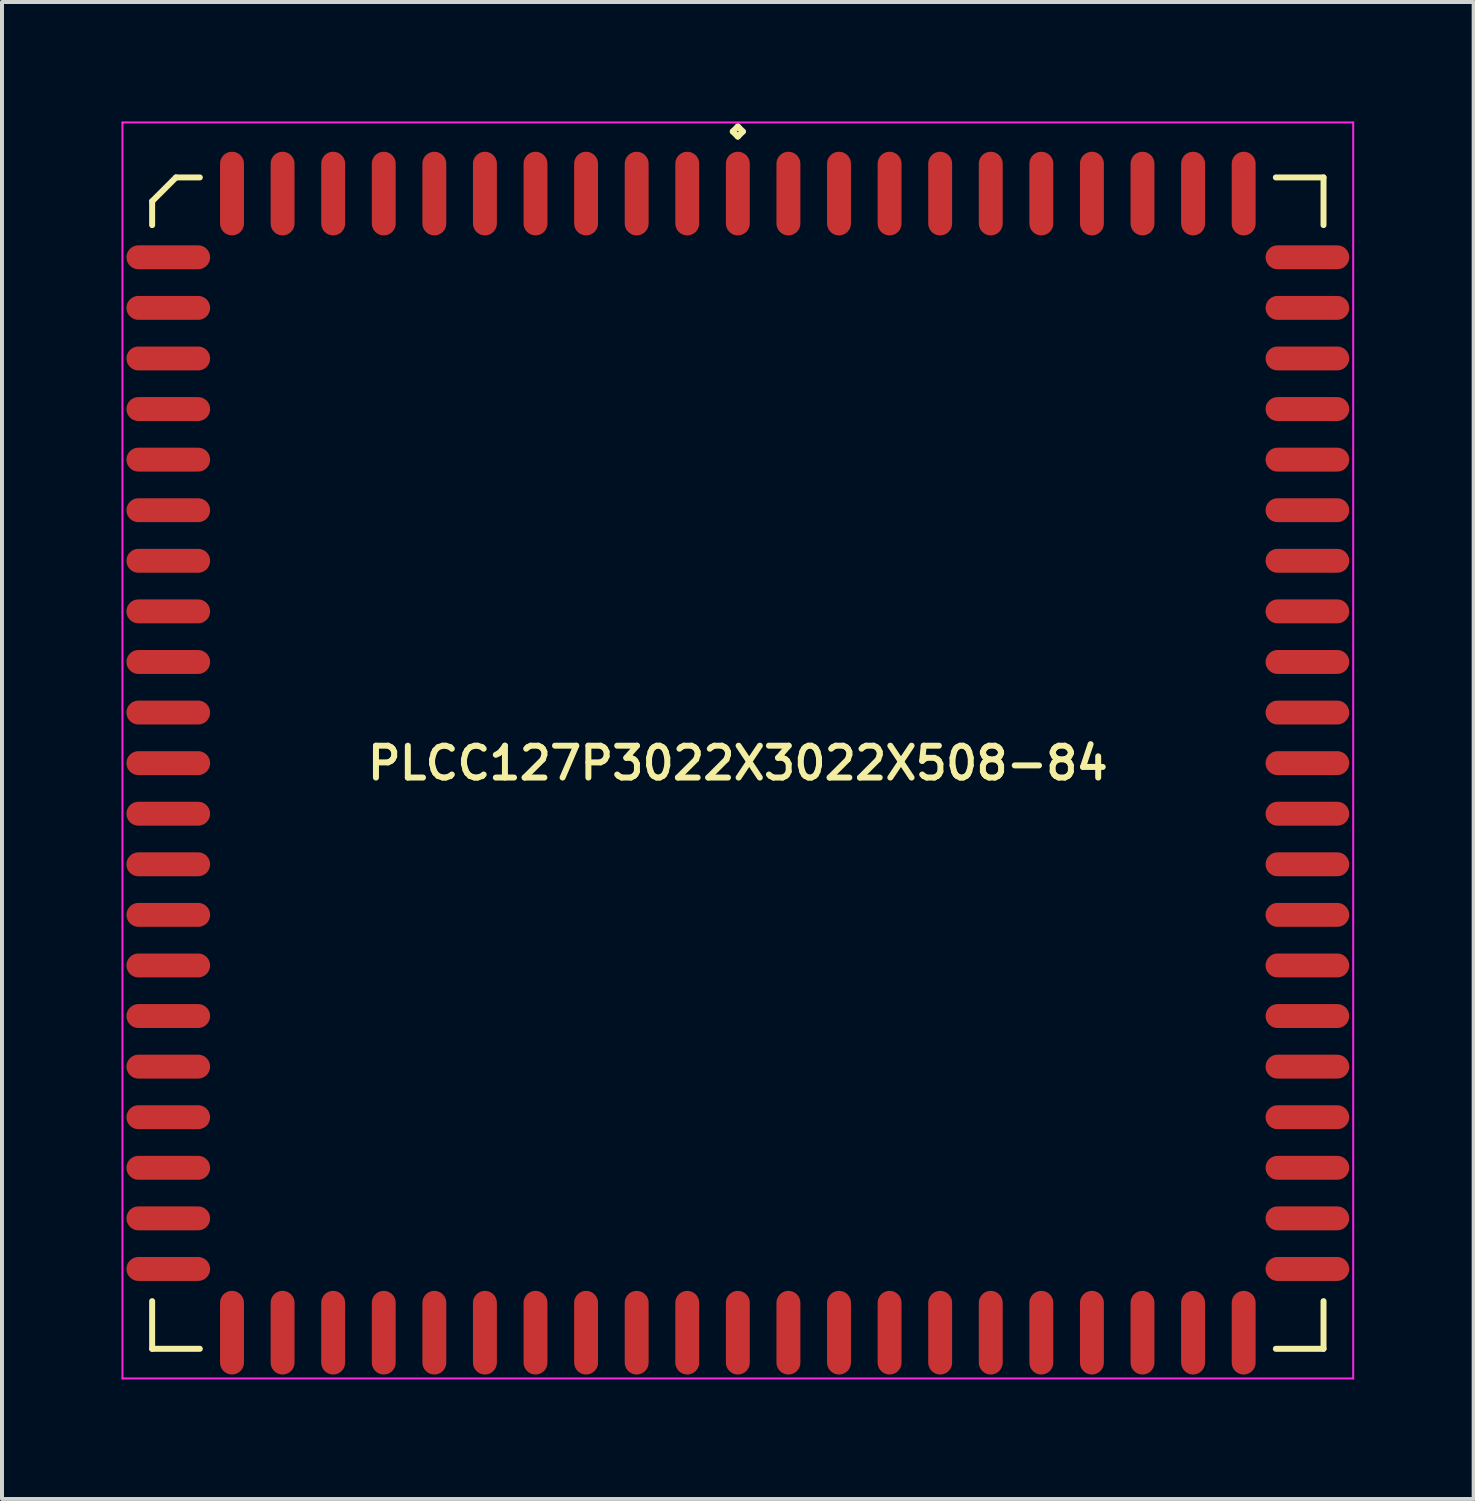
<source format=kicad_pcb>
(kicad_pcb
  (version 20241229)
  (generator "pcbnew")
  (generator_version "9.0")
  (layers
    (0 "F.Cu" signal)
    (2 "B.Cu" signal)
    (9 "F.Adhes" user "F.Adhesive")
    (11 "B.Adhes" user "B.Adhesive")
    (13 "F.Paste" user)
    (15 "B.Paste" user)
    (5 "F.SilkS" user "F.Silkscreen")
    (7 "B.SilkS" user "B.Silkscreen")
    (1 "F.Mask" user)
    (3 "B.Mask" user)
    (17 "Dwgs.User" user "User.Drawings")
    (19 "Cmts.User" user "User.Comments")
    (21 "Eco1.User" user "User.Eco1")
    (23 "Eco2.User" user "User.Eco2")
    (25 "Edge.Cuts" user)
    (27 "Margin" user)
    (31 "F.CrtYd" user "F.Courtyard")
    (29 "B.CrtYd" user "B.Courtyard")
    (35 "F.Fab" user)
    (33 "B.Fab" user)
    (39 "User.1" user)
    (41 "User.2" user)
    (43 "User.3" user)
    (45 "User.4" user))
  (footprint "PLCC127P3022X3022X508-84"
    (layer "F.Cu")
    (at 15.475 16.11)
    (property "Reference" "PLCC127P3022X3022X508-84" (at 0 0 0) (layer "F.SilkS") (effects (font (size 0.8 0.8) (thickness 0.15))))
    (attr smd)
    (fp_line (start -14.705 -14.107) (end -14.107 -14.705) (stroke (width 0.15) (type solid)) (layer "F.SilkS"))
    (fp_line (start -14.705 -13.508) (end -14.705 -14.107) (stroke (width 0.15) (type solid)) (layer "F.SilkS"))
    (fp_line (start -14.705 13.508) (end -14.705 14.705) (stroke (width 0.15) (type solid)) (layer "F.SilkS"))
    (fp_line (start -14.705 14.705) (end -13.508 14.705) (stroke (width 0.15) (type solid)) (layer "F.SilkS"))
    (fp_line (start -14.107 -14.705) (end -13.508 -14.705) (stroke (width 0.15) (type solid)) (layer "F.SilkS"))
    (fp_line (start -0.127 -15.858) (end 0 -15.985) (stroke (width 0.15) (type solid)) (layer "F.SilkS"))
    (fp_line (start 0 -15.985) (end 0.127 -15.858) (stroke (width 0.15) (type solid)) (layer "F.SilkS"))
    (fp_line (start 0 -15.731) (end -0.127 -15.858) (stroke (width 0.15) (type solid)) (layer "F.SilkS"))
    (fp_line (start 0.127 -15.858) (end 0 -15.731) (stroke (width 0.15) (type solid)) (layer "F.SilkS"))
    (fp_line (start 14.705 -14.705) (end 13.508 -14.705) (stroke (width 0.15) (type solid)) (layer "F.SilkS"))
    (fp_line (start 14.705 -13.508) (end 14.705 -14.705) (stroke (width 0.15) (type solid)) (layer "F.SilkS"))
    (fp_line (start 14.705 13.508) (end 14.705 14.705) (stroke (width 0.15) (type solid)) (layer "F.SilkS"))
    (fp_line (start 14.705 14.705) (end 13.508 14.705) (stroke (width 0.15) (type solid)) (layer "F.SilkS"))
    (fp_line (start -15.45 -16.085) (end 15.45 -16.085) (stroke (width 0.05) (type solid)) (layer "F.CrtYd"))
    (fp_line (start -15.45 15.45) (end -15.45 -16.085) (stroke (width 0.05) (type solid)) (layer "F.CrtYd"))
    (fp_line (start 15.45 -16.085) (end 15.45 15.45) (stroke (width 0.05) (type solid)) (layer "F.CrtYd"))
    (fp_line (start 15.45 15.45) (end -15.45 15.45) (stroke (width 0.05) (type solid)) (layer "F.CrtYd"))
    (pad "1" smd oval (at 0 -14.3) (size 0.6 2.1) (layers "F.Cu" "F.Mask" "F.Paste"))
    (pad "2" smd oval (at -1.27 -14.3) (size 0.6 2.1) (layers "F.Cu" "F.Mask" "F.Paste"))
    (pad "3" smd oval (at -2.54 -14.3) (size 0.6 2.1) (layers "F.Cu" "F.Mask" "F.Paste"))
    (pad "4" smd oval (at -3.81 -14.3) (size 0.6 2.1) (layers "F.Cu" "F.Mask" "F.Paste"))
    (pad "5" smd oval (at -5.08 -14.3) (size 0.6 2.1) (layers "F.Cu" "F.Mask" "F.Paste"))
    (pad "6" smd oval (at -6.35 -14.3) (size 0.6 2.1) (layers "F.Cu" "F.Mask" "F.Paste"))
    (pad "7" smd oval (at -7.62 -14.3) (size 0.6 2.1) (layers "F.Cu" "F.Mask" "F.Paste"))
    (pad "8" smd oval (at -8.89 -14.3) (size 0.6 2.1) (layers "F.Cu" "F.Mask" "F.Paste"))
    (pad "9" smd oval (at -10.16 -14.3) (size 0.6 2.1) (layers "F.Cu" "F.Mask" "F.Paste"))
    (pad "10" smd oval (at -11.43 -14.3) (size 0.6 2.1) (layers "F.Cu" "F.Mask" "F.Paste"))
    (pad "11" smd oval (at -12.7 -14.3) (size 0.6 2.1) (layers "F.Cu" "F.Mask" "F.Paste"))
    (pad "12" smd oval (at -14.3 -12.7) (size 2.1 0.6) (layers "F.Cu" "F.Mask" "F.Paste"))
    (pad "13" smd oval (at -14.3 -11.43) (size 2.1 0.6) (layers "F.Cu" "F.Mask" "F.Paste"))
    (pad "14" smd oval (at -14.3 -10.16) (size 2.1 0.6) (layers "F.Cu" "F.Mask" "F.Paste"))
    (pad "15" smd oval (at -14.3 -8.89) (size 2.1 0.6) (layers "F.Cu" "F.Mask" "F.Paste"))
    (pad "16" smd oval (at -14.3 -7.62) (size 2.1 0.6) (layers "F.Cu" "F.Mask" "F.Paste"))
    (pad "17" smd oval (at -14.3 -6.35) (size 2.1 0.6) (layers "F.Cu" "F.Mask" "F.Paste"))
    (pad "18" smd oval (at -14.3 -5.08) (size 2.1 0.6) (layers "F.Cu" "F.Mask" "F.Paste"))
    (pad "19" smd oval (at -14.3 -3.81) (size 2.1 0.6) (layers "F.Cu" "F.Mask" "F.Paste"))
    (pad "20" smd oval (at -14.3 -2.54) (size 2.1 0.6) (layers "F.Cu" "F.Mask" "F.Paste"))
    (pad "21" smd oval (at -14.3 -1.27) (size 2.1 0.6) (layers "F.Cu" "F.Mask" "F.Paste"))
    (pad "22" smd oval (at -14.3 0) (size 2.1 0.6) (layers "F.Cu" "F.Mask" "F.Paste"))
    (pad "23" smd oval (at -14.3 1.27) (size 2.1 0.6) (layers "F.Cu" "F.Mask" "F.Paste"))
    (pad "24" smd oval (at -14.3 2.54) (size 2.1 0.6) (layers "F.Cu" "F.Mask" "F.Paste"))
    (pad "25" smd oval (at -14.3 3.81) (size 2.1 0.6) (layers "F.Cu" "F.Mask" "F.Paste"))
    (pad "26" smd oval (at -14.3 5.08) (size 2.1 0.6) (layers "F.Cu" "F.Mask" "F.Paste"))
    (pad "27" smd oval (at -14.3 6.35) (size 2.1 0.6) (layers "F.Cu" "F.Mask" "F.Paste"))
    (pad "28" smd oval (at -14.3 7.62) (size 2.1 0.6) (layers "F.Cu" "F.Mask" "F.Paste"))
    (pad "29" smd oval (at -14.3 8.89) (size 2.1 0.6) (layers "F.Cu" "F.Mask" "F.Paste"))
    (pad "30" smd oval (at -14.3 10.16) (size 2.1 0.6) (layers "F.Cu" "F.Mask" "F.Paste"))
    (pad "31" smd oval (at -14.3 11.43) (size 2.1 0.6) (layers "F.Cu" "F.Mask" "F.Paste"))
    (pad "32" smd oval (at -14.3 12.7) (size 2.1 0.6) (layers "F.Cu" "F.Mask" "F.Paste"))
    (pad "33" smd oval (at -12.7 14.3) (size 0.6 2.1) (layers "F.Cu" "F.Mask" "F.Paste"))
    (pad "34" smd oval (at -11.43 14.3) (size 0.6 2.1) (layers "F.Cu" "F.Mask" "F.Paste"))
    (pad "35" smd oval (at -10.16 14.3) (size 0.6 2.1) (layers "F.Cu" "F.Mask" "F.Paste"))
    (pad "36" smd oval (at -8.89 14.3) (size 0.6 2.1) (layers "F.Cu" "F.Mask" "F.Paste"))
    (pad "37" smd oval (at -7.62 14.3) (size 0.6 2.1) (layers "F.Cu" "F.Mask" "F.Paste"))
    (pad "38" smd oval (at -6.35 14.3) (size 0.6 2.1) (layers "F.Cu" "F.Mask" "F.Paste"))
    (pad "39" smd oval (at -5.08 14.3) (size 0.6 2.1) (layers "F.Cu" "F.Mask" "F.Paste"))
    (pad "40" smd oval (at -3.81 14.3) (size 0.6 2.1) (layers "F.Cu" "F.Mask" "F.Paste"))
    (pad "41" smd oval (at -2.54 14.3) (size 0.6 2.1) (layers "F.Cu" "F.Mask" "F.Paste"))
    (pad "42" smd oval (at -1.27 14.3) (size 0.6 2.1) (layers "F.Cu" "F.Mask" "F.Paste"))
    (pad "43" smd oval (at 0 14.3) (size 0.6 2.1) (layers "F.Cu" "F.Mask" "F.Paste"))
    (pad "44" smd oval (at 1.27 14.3) (size 0.6 2.1) (layers "F.Cu" "F.Mask" "F.Paste"))
    (pad "45" smd oval (at 2.54 14.3) (size 0.6 2.1) (layers "F.Cu" "F.Mask" "F.Paste"))
    (pad "46" smd oval (at 3.81 14.3) (size 0.6 2.1) (layers "F.Cu" "F.Mask" "F.Paste"))
    (pad "47" smd oval (at 5.08 14.3) (size 0.6 2.1) (layers "F.Cu" "F.Mask" "F.Paste"))
    (pad "48" smd oval (at 6.35 14.3) (size 0.6 2.1) (layers "F.Cu" "F.Mask" "F.Paste"))
    (pad "49" smd oval (at 7.62 14.3) (size 0.6 2.1) (layers "F.Cu" "F.Mask" "F.Paste"))
    (pad "50" smd oval (at 8.89 14.3) (size 0.6 2.1) (layers "F.Cu" "F.Mask" "F.Paste"))
    (pad "51" smd oval (at 10.16 14.3) (size 0.6 2.1) (layers "F.Cu" "F.Mask" "F.Paste"))
    (pad "52" smd oval (at 11.43 14.3) (size 0.6 2.1) (layers "F.Cu" "F.Mask" "F.Paste"))
    (pad "53" smd oval (at 12.7 14.3) (size 0.6 2.1) (layers "F.Cu" "F.Mask" "F.Paste"))
    (pad "54" smd oval (at 14.3 12.7) (size 2.1 0.6) (layers "F.Cu" "F.Mask" "F.Paste"))
    (pad "55" smd oval (at 14.3 11.43) (size 2.1 0.6) (layers "F.Cu" "F.Mask" "F.Paste"))
    (pad "56" smd oval (at 14.3 10.16) (size 2.1 0.6) (layers "F.Cu" "F.Mask" "F.Paste"))
    (pad "57" smd oval (at 14.3 8.89) (size 2.1 0.6) (layers "F.Cu" "F.Mask" "F.Paste"))
    (pad "58" smd oval (at 14.3 7.62) (size 2.1 0.6) (layers "F.Cu" "F.Mask" "F.Paste"))
    (pad "59" smd oval (at 14.3 6.35) (size 2.1 0.6) (layers "F.Cu" "F.Mask" "F.Paste"))
    (pad "60" smd oval (at 14.3 5.08) (size 2.1 0.6) (layers "F.Cu" "F.Mask" "F.Paste"))
    (pad "61" smd oval (at 14.3 3.81) (size 2.1 0.6) (layers "F.Cu" "F.Mask" "F.Paste"))
    (pad "62" smd oval (at 14.3 2.54) (size 2.1 0.6) (layers "F.Cu" "F.Mask" "F.Paste"))
    (pad "63" smd oval (at 14.3 1.27) (size 2.1 0.6) (layers "F.Cu" "F.Mask" "F.Paste"))
    (pad "64" smd oval (at 14.3 0) (size 2.1 0.6) (layers "F.Cu" "F.Mask" "F.Paste"))
    (pad "65" smd oval (at 14.3 -1.27) (size 2.1 0.6) (layers "F.Cu" "F.Mask" "F.Paste"))
    (pad "66" smd oval (at 14.3 -2.54) (size 2.1 0.6) (layers "F.Cu" "F.Mask" "F.Paste"))
    (pad "67" smd oval (at 14.3 -3.81) (size 2.1 0.6) (layers "F.Cu" "F.Mask" "F.Paste"))
    (pad "68" smd oval (at 14.3 -5.08) (size 2.1 0.6) (layers "F.Cu" "F.Mask" "F.Paste"))
    (pad "69" smd oval (at 14.3 -6.35) (size 2.1 0.6) (layers "F.Cu" "F.Mask" "F.Paste"))
    (pad "70" smd oval (at 14.3 -7.62) (size 2.1 0.6) (layers "F.Cu" "F.Mask" "F.Paste"))
    (pad "71" smd oval (at 14.3 -8.89) (size 2.1 0.6) (layers "F.Cu" "F.Mask" "F.Paste"))
    (pad "72" smd oval (at 14.3 -10.16) (size 2.1 0.6) (layers "F.Cu" "F.Mask" "F.Paste"))
    (pad "73" smd oval (at 14.3 -11.43) (size 2.1 0.6) (layers "F.Cu" "F.Mask" "F.Paste"))
    (pad "74" smd oval (at 14.3 -12.7) (size 2.1 0.6) (layers "F.Cu" "F.Mask" "F.Paste"))
    (pad "75" smd oval (at 12.7 -14.3) (size 0.6 2.1) (layers "F.Cu" "F.Mask" "F.Paste"))
    (pad "76" smd oval (at 11.43 -14.3) (size 0.6 2.1) (layers "F.Cu" "F.Mask" "F.Paste"))
    (pad "77" smd oval (at 10.16 -14.3) (size 0.6 2.1) (layers "F.Cu" "F.Mask" "F.Paste"))
    (pad "78" smd oval (at 8.89 -14.3) (size 0.6 2.1) (layers "F.Cu" "F.Mask" "F.Paste"))
    (pad "79" smd oval (at 7.62 -14.3) (size 0.6 2.1) (layers "F.Cu" "F.Mask" "F.Paste"))
    (pad "80" smd oval (at 6.35 -14.3) (size 0.6 2.1) (layers "F.Cu" "F.Mask" "F.Paste"))
    (pad "81" smd oval (at 5.08 -14.3) (size 0.6 2.1) (layers "F.Cu" "F.Mask" "F.Paste"))
    (pad "82" smd oval (at 3.81 -14.3) (size 0.6 2.1) (layers "F.Cu" "F.Mask" "F.Paste"))
    (pad "83" smd oval (at 2.54 -14.3) (size 0.6 2.1) (layers "F.Cu" "F.Mask" "F.Paste"))
    (pad "84" smd oval (at 1.27 -14.3) (size 0.6 2.1) (layers "F.Cu" "F.Mask" "F.Paste")))
  (gr_rect
    (start -3 -3)
    (end 33.95 34.585)
    (stroke (width 0.1) (type default))
    (fill no)
    (layer "Edge.Cuts")))
</source>
